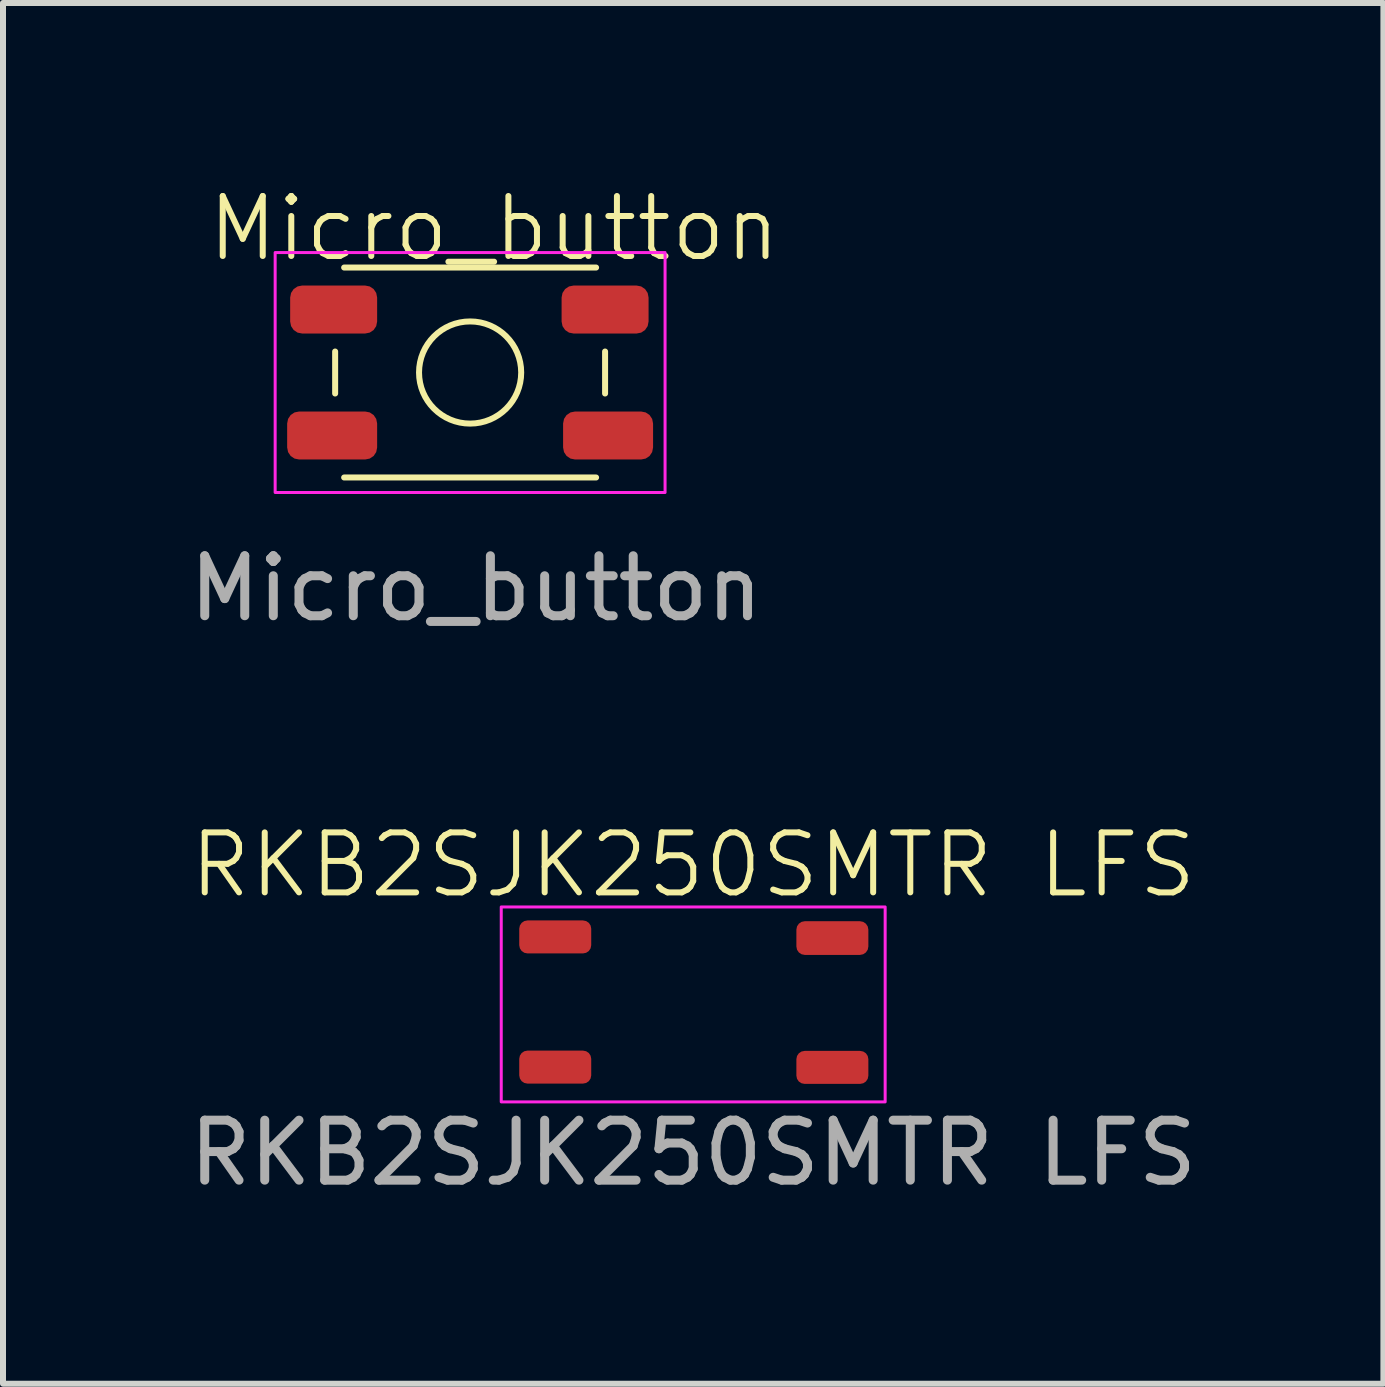
<source format=kicad_pcb>
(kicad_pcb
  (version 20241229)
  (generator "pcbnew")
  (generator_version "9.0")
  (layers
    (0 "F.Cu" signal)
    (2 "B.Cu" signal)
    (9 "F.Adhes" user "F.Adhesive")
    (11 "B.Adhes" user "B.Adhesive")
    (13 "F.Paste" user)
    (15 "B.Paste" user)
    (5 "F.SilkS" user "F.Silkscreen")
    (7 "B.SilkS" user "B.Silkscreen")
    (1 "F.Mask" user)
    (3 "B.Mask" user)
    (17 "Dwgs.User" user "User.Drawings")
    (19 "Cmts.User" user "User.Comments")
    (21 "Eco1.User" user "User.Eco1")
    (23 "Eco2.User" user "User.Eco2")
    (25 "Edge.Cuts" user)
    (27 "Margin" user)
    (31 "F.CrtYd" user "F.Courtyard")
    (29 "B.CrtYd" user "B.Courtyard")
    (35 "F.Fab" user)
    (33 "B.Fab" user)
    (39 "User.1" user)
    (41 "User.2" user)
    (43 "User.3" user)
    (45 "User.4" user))
  (footprint "RKB2SJK250SMTR LFS"
    (layer "F.Cu")
    (at 8.506 13.669)
    (property "Reference" "RKB2SJK250SMTR LFS" (at 0 -2.3 0) (unlocked yes) (layer "F.SilkS") (effects (font (size 1 1) (thickness 0.1))))
    (attr smd)
    (fp_rect (start -3.2 -1.6) (end 3.2 1.65) (stroke (width 0.05) (type default)) (fill no) (layer "F.CrtYd"))
    (fp_text user "${REFERENCE}" (at 0 2.5 0) (unlocked yes) (layer "F.Fab") (effects (font (size 1 1) (thickness 0.15))))
    (pad "1" smd roundrect (at -2.3 -1.1) (size 1.2 0.55) (layers "F.Cu" "F.Mask" "F.Paste") (roundrect_rratio 0.25))
    (pad "1" smd roundrect (at 2.32 -1.081) (size 1.2 0.562) (layers "F.Cu" "F.Mask" "F.Paste") (roundrect_rratio 0.25))
    (pad "2" smd roundrect (at -2.3 1.07) (size 1.2 0.55) (layers "F.Cu" "F.Mask" "F.Paste") (roundrect_rratio 0.25))
    (pad "2" smd roundrect (at 2.32 1.075) (size 1.2 0.55) (layers "F.Cu" "F.Mask" "F.Paste") (roundrect_rratio 0.25)))
  (footprint "Micro_button"
    (layer "F.Cu")
    (at 4.787 3.16)
    (property "Reference" "Micro_button" (at 0.4 -2.4 0) (unlocked yes) (layer "F.SilkS") (effects (font (size 1 1) (thickness 0.1))))
    (attr smd)
    (fp_line (start -2.25 -0.35) (end -2.25 0.35) (stroke (width 0.1) (type default)) (layer "F.SilkS"))
    (fp_line (start -2.1 -1.75) (end 2.1 -1.75) (stroke (width 0.1) (type default)) (layer "F.SilkS"))
    (fp_line (start 2.1 1.75) (end -2.1 1.75) (stroke (width 0.1) (type default)) (layer "F.SilkS"))
    (fp_line (start 2.25 -0.35) (end 2.25 0.35) (stroke (width 0.1) (type default)) (layer "F.SilkS"))
    (fp_circle (center 0 0) (end 0.85 0.05) (stroke (width 0.1) (type default)) (fill no) (layer "F.SilkS"))
    (fp_rect (start -3.25 -2) (end 3.25 2) (stroke (width 0.05) (type default)) (fill no) (layer "F.CrtYd"))
    (fp_text user "${REFERENCE}" (at 0.1 3.6 0) (unlocked yes) (layer "F.Fab") (effects (font (size 1 1) (thickness 0.15))))
    (pad "1" smd roundrect (at -2.3 1.05 90) (size 0.8 1.5) (layers "F.Cu" "F.Mask" "F.Paste") (roundrect_rratio 0.25))
    (pad "1" smd roundrect (at 2.3 1.05 90) (size 0.8 1.5) (layers "F.Cu" "F.Mask" "F.Paste") (roundrect_rratio 0.25))
    (pad "2" smd roundrect (at -2.275 -1.05 90) (size 0.8 1.45) (layers "F.Cu" "F.Mask" "F.Paste") (roundrect_rratio 0.25))
    (pad "2" smd roundrect (at 2.25 -1.05 90) (size 0.8 1.45) (layers "F.Cu" "F.Mask" "F.Paste") (roundrect_rratio 0.25)))
  (gr_rect
    (start -3 -3)
    (end 20.012 20.017)
    (stroke (width 0.1) (type default))
    (fill no)
    (layer "Edge.Cuts")))
</source>
